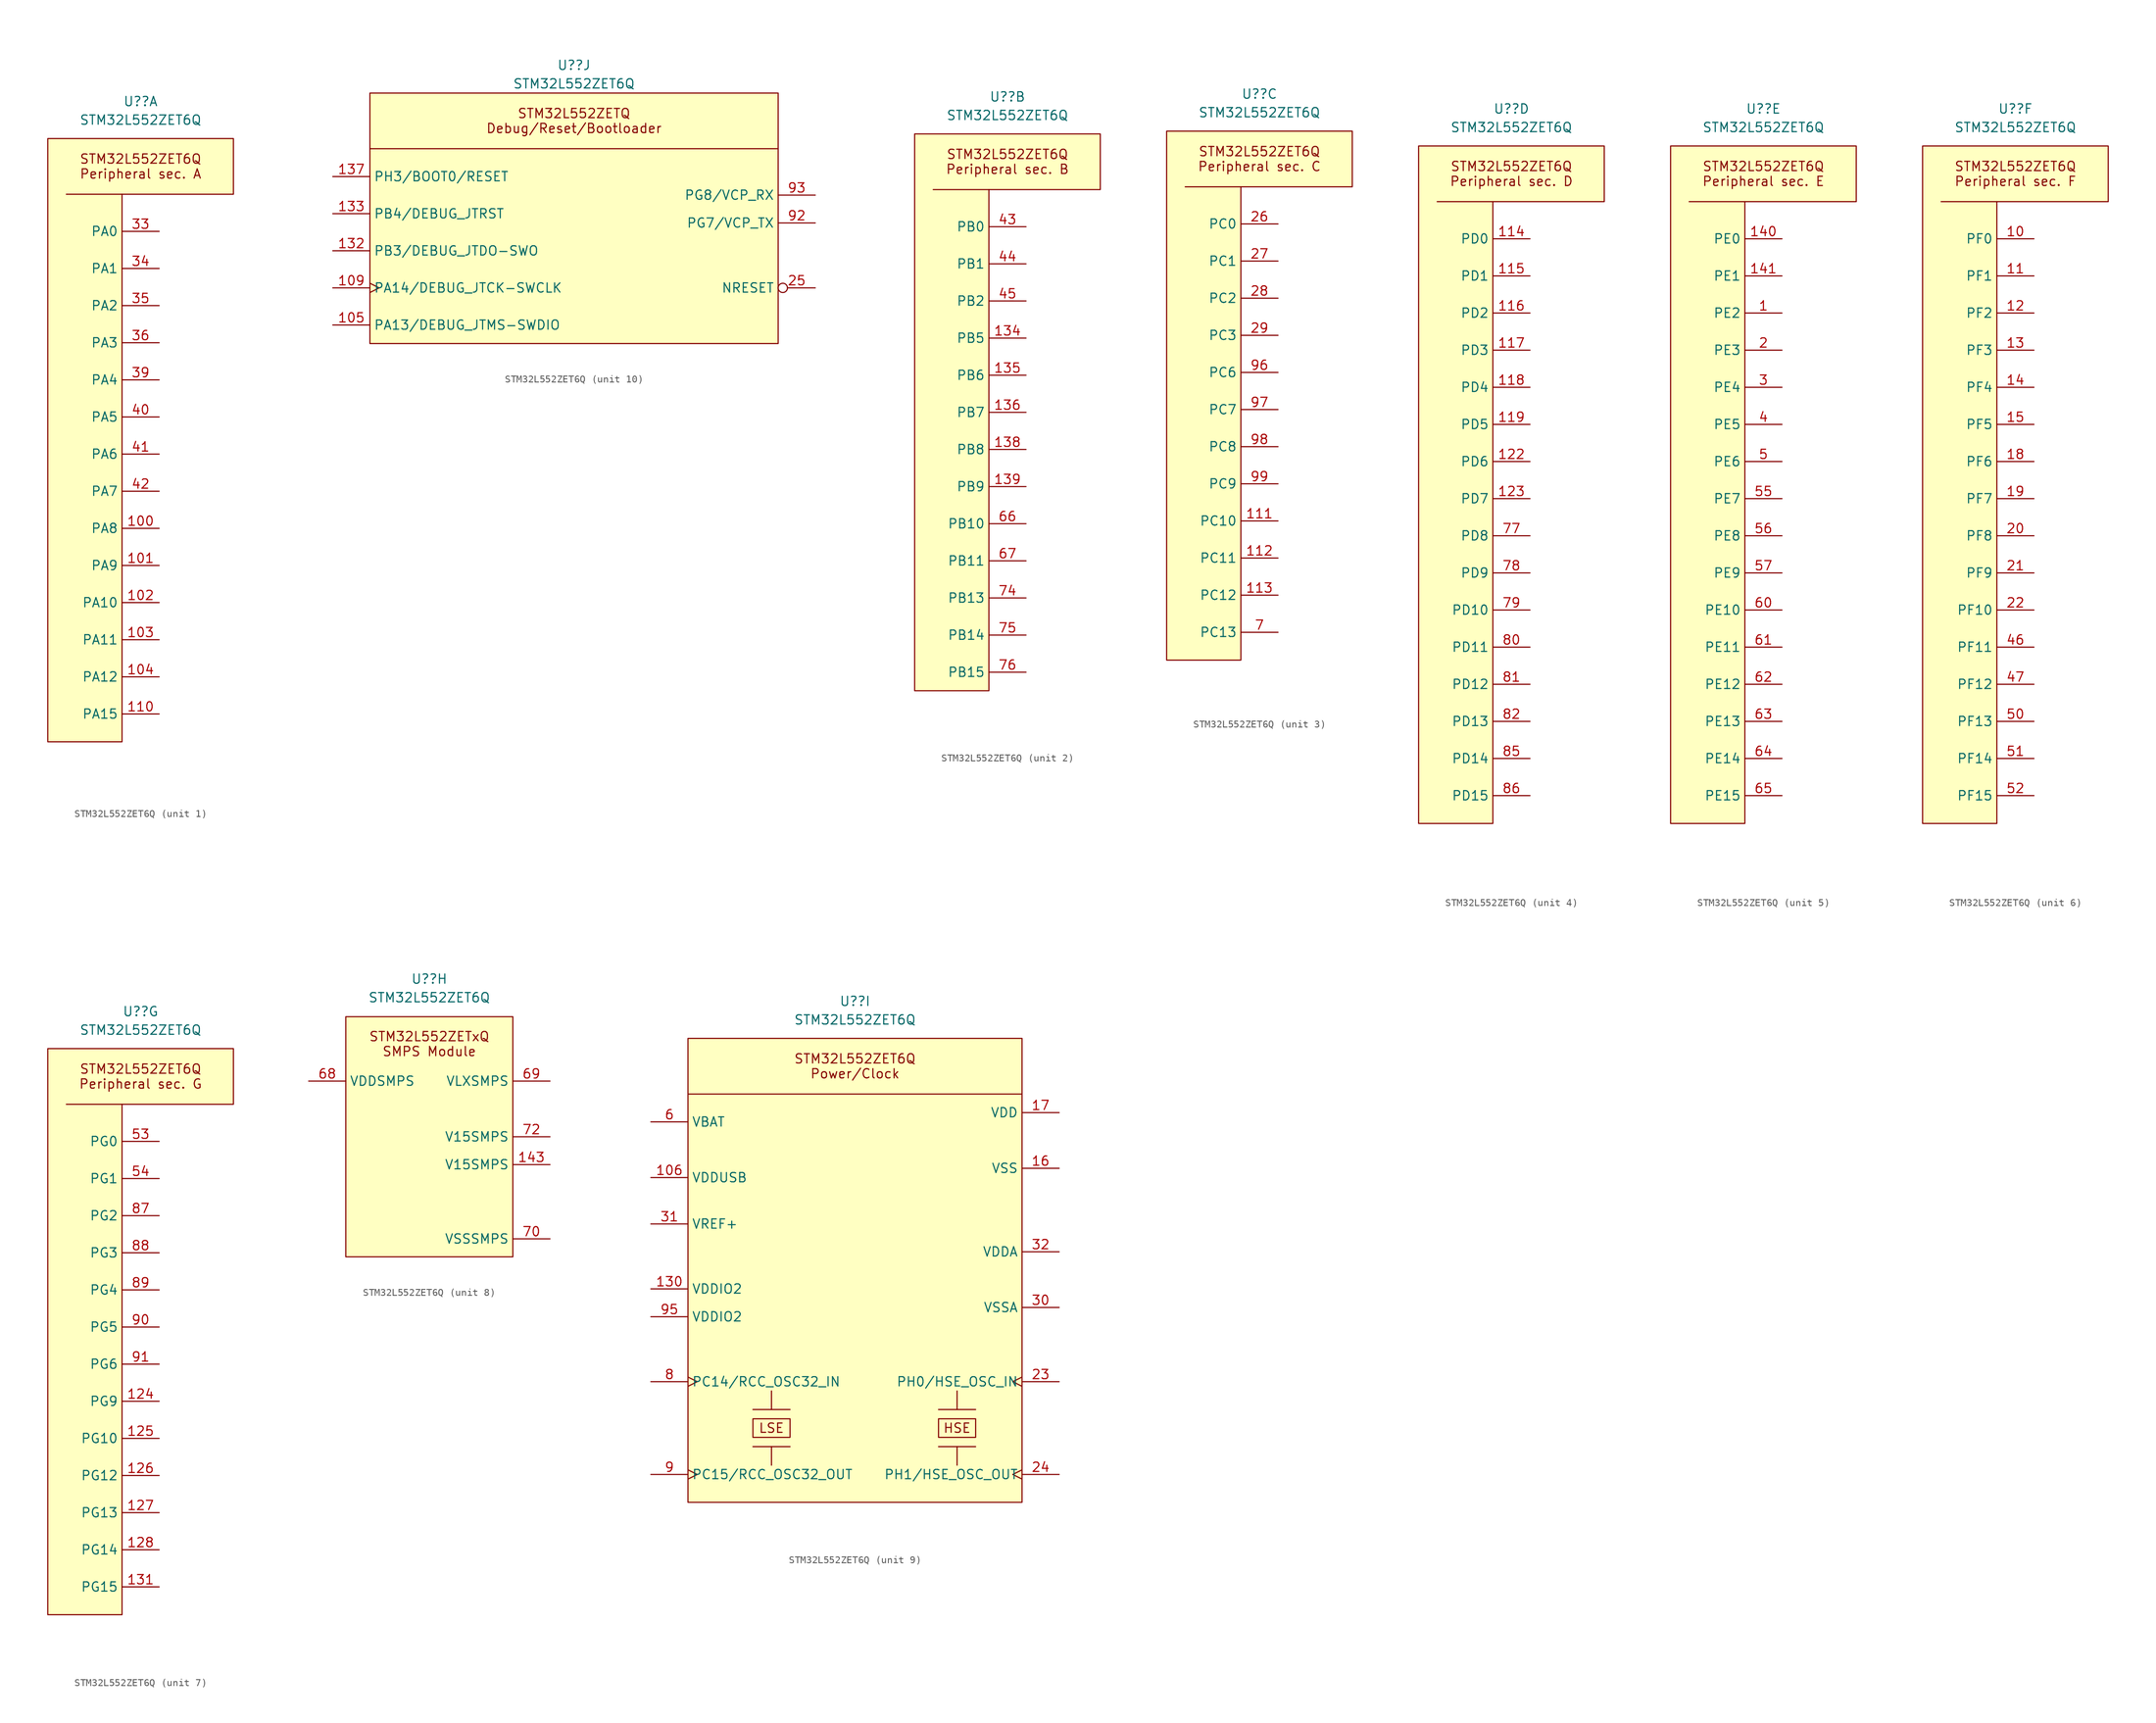
<source format=kicad_sym>
(kicad_symbol_lib
  (version 20241209)
  (generator "kicad_symbol_editor")
  (generator_version "9.0")
  (symbol "STM32L552ZET6Q"
    (property "Reference" "U?"
      (at 0 35.56 0)
      (effects (font (size 1.27 1.27))))
    (property "Value" "STM32L552ZET6Q"
      (at 0 33.02 0)
      (effects (font (size 1.27 1.27))))
    (property "ki_locked" ""
      (at 0 0 0)
      (effects (font (size 1.27 1.27))))
    (symbol "STM32L552ZET6Q_1_1"
      (polyline (pts (xy -2.54 22.86) (xy -10.16 22.86)) (stroke (width 0) (type default)) (fill (type none)))
      (polyline (pts (xy 12.7 30.48) (xy -12.7 30.48) (xy -12.7 -52.07) (xy -2.54 -52.07) (xy -2.54 22.86) (xy 12.7 22.86) (xy 12.7 30.48) (xy 11.43 30.48)) (stroke (width 0) (type solid)) (fill (type background)))
      (text "STM32L552ZET6Q\nPeripheral sec. A" (at 0 26.67 0) (effects (font (size 1.27 1.27))))
      (pin bidirectional line (at 2.54 17.78 180) (length 5.08) (name "PA0" (effects (font (size 1.27 1.27)))) (number "33" (effects (font (size 1.27 1.27)))) (alternate "ADC1_IN5" bidirectional line) (alternate "ADC2_IN5" bidirectional line) (alternate "OPAMP1_VINP" bidirectional line) (alternate "PWR_WKUP1" bidirectional line) (alternate "SAI1_EXTCLK" bidirectional line) (alternate "TAMP_IN2" bidirectional line) (alternate "TAMP_OUT1" bidirectional line) (alternate "TIM2_CH1" bidirectional line) (alternate "TIM2_ETR" bidirectional line) (alternate "TIM5_CH1" bidirectional line) (alternate "TIM8_ETR" bidirectional line) (alternate "UART4_TX" bidirectional line) (alternate "USART2_CTS" bidirectional line) (alternate "USART2_NSS" bidirectional line))
      (pin bidirectional line (at 2.54 12.7 180) (length 5.08) (name "PA1" (effects (font (size 1.27 1.27)))) (number "34" (effects (font (size 1.27 1.27)))) (alternate "ADC1_IN6" bidirectional line) (alternate "ADC2_IN6" bidirectional line) (alternate "I2C1_SMBA" bidirectional line) (alternate "OCTOSPI1_DQS" bidirectional line) (alternate "OPAMP1_VINM" bidirectional line) (alternate "SPI1_SCK" bidirectional line) (alternate "TAMP_IN5" bidirectional line) (alternate "TAMP_OUT4" bidirectional line) (alternate "TIM15_CH1N" bidirectional line) (alternate "TIM2_CH2" bidirectional line) (alternate "TIM5_CH2" bidirectional line) (alternate "UART4_RX" bidirectional line) (alternate "USART2_DE" bidirectional line) (alternate "USART2_RTS" bidirectional line))
      (pin bidirectional line (at 2.54 7.62 180) (length 5.08) (name "PA2" (effects (font (size 1.27 1.27)))) (number "35" (effects (font (size 1.27 1.27)))) (alternate "ADC1_IN7" bidirectional line) (alternate "ADC2_IN7" bidirectional line) (alternate "COMP1_INP" bidirectional line) (alternate "LPUART1_TX" bidirectional line) (alternate "OCTOSPI1_NCS" bidirectional line) (alternate "PWR_WKUP4" bidirectional line) (alternate "RCC_LSCO" bidirectional line) (alternate "SAI2_EXTCLK" bidirectional line) (alternate "TIM15_CH1" bidirectional line) (alternate "TIM2_CH3" bidirectional line) (alternate "TIM5_CH3" bidirectional line) (alternate "UCPD1_FRSTX1" bidirectional line) (alternate "USART2_TX" bidirectional line))
      (pin bidirectional line (at 2.54 2.54 180) (length 5.08) (name "PA3" (effects (font (size 1.27 1.27)))) (number "36" (effects (font (size 1.27 1.27)))) (alternate "ADC1_IN8" bidirectional line) (alternate "ADC2_IN8" bidirectional line) (alternate "LPUART1_RX" bidirectional line) (alternate "OCTOSPI1_CLK" bidirectional line) (alternate "OPAMP1_VOUT" bidirectional line) (alternate "SAI1_CK1" bidirectional line) (alternate "SAI1_MCLK_A" bidirectional line) (alternate "TIM15_CH2" bidirectional line) (alternate "TIM2_CH4" bidirectional line) (alternate "TIM5_CH4" bidirectional line) (alternate "USART2_RX" bidirectional line))
      (pin bidirectional line (at 2.54 -2.54 180) (length 5.08) (name "PA4" (effects (font (size 1.27 1.27)))) (number "39" (effects (font (size 1.27 1.27)))) (alternate "ADC1_IN9" bidirectional line) (alternate "ADC2_IN9" bidirectional line) (alternate "DAC1_OUT1" bidirectional line) (alternate "LPTIM2_OUT" bidirectional line) (alternate "OCTOSPI1_NCS" bidirectional line) (alternate "SAI1_FS_B" bidirectional line) (alternate "SPI1_NSS" bidirectional line) (alternate "SPI3_NSS" bidirectional line) (alternate "USART2_CK" bidirectional line))
      (pin bidirectional line (at 2.54 -7.62 180) (length 5.08) (name "PA5" (effects (font (size 1.27 1.27)))) (number "40" (effects (font (size 1.27 1.27)))) (alternate "ADC1_IN10" bidirectional line) (alternate "ADC2_IN10" bidirectional line) (alternate "DAC1_OUT2" bidirectional line) (alternate "LPTIM2_ETR" bidirectional line) (alternate "SPI1_SCK" bidirectional line) (alternate "TIM2_CH1" bidirectional line) (alternate "TIM2_ETR" bidirectional line) (alternate "TIM8_CH1N" bidirectional line))
      (pin bidirectional line (at 2.54 -12.7 180) (length 5.08) (name "PA6" (effects (font (size 1.27 1.27)))) (number "41" (effects (font (size 1.27 1.27)))) (alternate "ADC1_IN11" bidirectional line) (alternate "ADC2_IN11" bidirectional line) (alternate "LPUART1_CTS" bidirectional line) (alternate "OCTOSPI1_IO3" bidirectional line) (alternate "OPAMP2_VINP" bidirectional line) (alternate "SPI1_MISO" bidirectional line) (alternate "TIM16_CH1" bidirectional line) (alternate "TIM1_BKIN" bidirectional line) (alternate "TIM3_CH1" bidirectional line) (alternate "TIM8_BKIN" bidirectional line) (alternate "USART3_CTS" bidirectional line) (alternate "USART3_NSS" bidirectional line))
      (pin bidirectional line (at 2.54 -17.78 180) (length 5.08) (name "PA7" (effects (font (size 1.27 1.27)))) (number "42" (effects (font (size 1.27 1.27)))) (alternate "ADC1_IN12" bidirectional line) (alternate "ADC2_IN12" bidirectional line) (alternate "I2C3_SCL" bidirectional line) (alternate "OCTOSPI1_IO2" bidirectional line) (alternate "OPAMP2_VINM" bidirectional line) (alternate "SPI1_MOSI" bidirectional line) (alternate "TIM17_CH1" bidirectional line) (alternate "TIM1_CH1N" bidirectional line) (alternate "TIM3_CH2" bidirectional line) (alternate "TIM8_CH1N" bidirectional line))
      (pin bidirectional line (at 2.54 -22.86 180) (length 5.08) (name "PA8" (effects (font (size 1.27 1.27)))) (number "100" (effects (font (size 1.27 1.27)))) (alternate "LPTIM2_OUT" bidirectional line) (alternate "RCC_MCO" bidirectional line) (alternate "SAI1_CK2" bidirectional line) (alternate "SAI1_SCK_A" bidirectional line) (alternate "TIM1_CH1" bidirectional line) (alternate "USART1_CK" bidirectional line))
      (pin bidirectional line (at 2.54 -27.94 180) (length 5.08) (name "PA9" (effects (font (size 1.27 1.27)))) (number "101" (effects (font (size 1.27 1.27)))) (alternate "DAC1_EXTI9" bidirectional line) (alternate "SAI1_FS_A" bidirectional line) (alternate "SPI2_SCK" bidirectional line) (alternate "TIM15_BKIN" bidirectional line) (alternate "TIM1_CH2" bidirectional line) (alternate "USART1_TX" bidirectional line))
      (pin bidirectional line (at 2.54 -33.02 180) (length 5.08) (name "PA10" (effects (font (size 1.27 1.27)))) (number "102" (effects (font (size 1.27 1.27)))) (alternate "CRS_SYNC" bidirectional line) (alternate "SAI1_D1" bidirectional line) (alternate "SAI1_SD_A" bidirectional line) (alternate "TIM17_BKIN" bidirectional line) (alternate "TIM1_CH3" bidirectional line) (alternate "USART1_RX" bidirectional line))
      (pin bidirectional line (at 2.54 -38.1 180) (length 5.08) (name "PA11" (effects (font (size 1.27 1.27)))) (number "103" (effects (font (size 1.27 1.27)))) (alternate "ADC1_EXTI11" bidirectional line) (alternate "ADC2_EXTI11" bidirectional line) (alternate "FDCAN1_RX" bidirectional line) (alternate "SPI1_MISO" bidirectional line) (alternate "TIM1_BKIN2" bidirectional line) (alternate "TIM1_CH4" bidirectional line) (alternate "USART1_CTS" bidirectional line) (alternate "USART1_NSS" bidirectional line) (alternate "USB_DM" bidirectional line))
      (pin bidirectional line (at 2.54 -43.18 180) (length 5.08) (name "PA12" (effects (font (size 1.27 1.27)))) (number "104" (effects (font (size 1.27 1.27)))) (alternate "FDCAN1_TX" bidirectional line) (alternate "SPI1_MOSI" bidirectional line) (alternate "TIM1_ETR" bidirectional line) (alternate "USART1_DE" bidirectional line) (alternate "USART1_RTS" bidirectional line) (alternate "USB_DP" bidirectional line))
      (pin bidirectional line (at 2.54 -48.26 180) (length 5.08) (name "PA15" (effects (font (size 1.27 1.27)))) (number "110" (effects (font (size 1.27 1.27)))) (alternate "ADC1_EXTI15" bidirectional line) (alternate "ADC2_EXTI15" bidirectional line) (alternate "DEBUG_JTDI" bidirectional line) (alternate "SAI2_FS_B" bidirectional line) (alternate "SPI1_NSS" bidirectional line) (alternate "SPI3_NSS" bidirectional line) (alternate "TIM2_CH1" bidirectional line) (alternate "TIM2_ETR" bidirectional line) (alternate "UART4_DE" bidirectional line) (alternate "UART4_RTS" bidirectional line) (alternate "UCPD1_CC1" bidirectional line) (alternate "USART2_RX" bidirectional line) (alternate "USART3_DE" bidirectional line) (alternate "USART3_RTS" bidirectional line)))
    (symbol "STM32L552ZET6Q_2_1"
      (polyline (pts (xy -2.54 22.86) (xy -10.16 22.86)) (stroke (width 0) (type default)) (fill (type none)))
      (polyline (pts (xy 12.7 30.48) (xy -12.7 30.48) (xy -12.7 -45.72) (xy -2.54 -45.72) (xy -2.54 22.86) (xy 12.7 22.86) (xy 12.7 30.48) (xy 11.43 30.48)) (stroke (width 0) (type solid)) (fill (type background)))
      (text "STM32L552ZET6Q\nPeripheral sec. B" (at 0 26.67 0) (effects (font (size 1.27 1.27))))
      (pin bidirectional line (at 2.54 17.78 180) (length 5.08) (name "PB0" (effects (font (size 1.27 1.27)))) (number "43" (effects (font (size 1.27 1.27)))) (alternate "ADC1_IN15" bidirectional line) (alternate "ADC2_IN15" bidirectional line) (alternate "COMP1_OUT" bidirectional line) (alternate "OCTOSPI1_IO1" bidirectional line) (alternate "OPAMP2_VOUT" bidirectional line) (alternate "SAI1_EXTCLK" bidirectional line) (alternate "SPI1_NSS" bidirectional line) (alternate "TIM1_CH2N" bidirectional line) (alternate "TIM3_CH3" bidirectional line) (alternate "TIM8_CH2N" bidirectional line) (alternate "USART3_CK" bidirectional line))
      (pin bidirectional line (at 2.54 12.7 180) (length 5.08) (name "PB1" (effects (font (size 1.27 1.27)))) (number "44" (effects (font (size 1.27 1.27)))) (alternate "ADC1_IN16" bidirectional line) (alternate "ADC2_IN16" bidirectional line) (alternate "COMP1_INM" bidirectional line) (alternate "DFSDM1_DATIN0" bidirectional line) (alternate "LPTIM2_IN1" bidirectional line) (alternate "LPUART1_DE" bidirectional line) (alternate "LPUART1_RTS" bidirectional line) (alternate "OCTOSPI1_IO0" bidirectional line) (alternate "TIM1_CH3N" bidirectional line) (alternate "TIM3_CH4" bidirectional line) (alternate "TIM8_CH3N" bidirectional line) (alternate "USART3_DE" bidirectional line) (alternate "USART3_RTS" bidirectional line))
      (pin bidirectional line (at 2.54 7.62 180) (length 5.08) (name "PB2" (effects (font (size 1.27 1.27)))) (number "45" (effects (font (size 1.27 1.27)))) (alternate "COMP1_INP" bidirectional line) (alternate "DFSDM1_CKIN0" bidirectional line) (alternate "I2C3_SMBA" bidirectional line) (alternate "LPTIM1_OUT" bidirectional line) (alternate "OCTOSPI1_DQS" bidirectional line) (alternate "RTC_OUT2" bidirectional line) (alternate "UCPD1_FRSTX1" bidirectional line))
      (pin bidirectional line (at 2.54 2.54 180) (length 5.08) (name "PB5" (effects (font (size 1.27 1.27)))) (number "134" (effects (font (size 1.27 1.27)))) (alternate "COMP2_OUT" bidirectional line) (alternate "I2C1_SMBA" bidirectional line) (alternate "LPTIM1_IN1" bidirectional line) (alternate "OCTOSPI1_NCLK" bidirectional line) (alternate "SAI1_SD_B" bidirectional line) (alternate "SPI1_MOSI" bidirectional line) (alternate "SPI3_MOSI" bidirectional line) (alternate "TIM16_BKIN" bidirectional line) (alternate "TIM3_CH2" bidirectional line) (alternate "TSC_G2_IO2" bidirectional line) (alternate "UART5_CTS" bidirectional line) (alternate "UCPD1_DBCC1" bidirectional line) (alternate "USART1_CK" bidirectional line))
      (pin bidirectional line (at 2.54 -2.54 180) (length 5.08) (name "PB6" (effects (font (size 1.27 1.27)))) (number "135" (effects (font (size 1.27 1.27)))) (alternate "COMP2_INP" bidirectional line) (alternate "I2C1_SCL" bidirectional line) (alternate "I2C4_SCL" bidirectional line) (alternate "LPTIM1_ETR" bidirectional line) (alternate "SAI1_FS_B" bidirectional line) (alternate "TIM16_CH1N" bidirectional line) (alternate "TIM4_CH1" bidirectional line) (alternate "TIM8_BKIN2" bidirectional line) (alternate "TSC_G2_IO3" bidirectional line) (alternate "USART1_TX" bidirectional line))
      (pin bidirectional line (at 2.54 -7.62 180) (length 5.08) (name "PB7" (effects (font (size 1.27 1.27)))) (number "136" (effects (font (size 1.27 1.27)))) (alternate "COMP2_INM" bidirectional line) (alternate "FMC_NL" bidirectional line) (alternate "I2C1_SDA" bidirectional line) (alternate "I2C4_SDA" bidirectional line) (alternate "LPTIM1_IN2" bidirectional line) (alternate "PWR_PVD_IN" bidirectional line) (alternate "TIM17_CH1N" bidirectional line) (alternate "TIM4_CH2" bidirectional line) (alternate "TIM8_BKIN" bidirectional line) (alternate "TSC_G2_IO4" bidirectional line) (alternate "UART4_CTS" bidirectional line) (alternate "USART1_RX" bidirectional line))
      (pin bidirectional line (at 2.54 -12.7 180) (length 5.08) (name "PB8" (effects (font (size 1.27 1.27)))) (number "138" (effects (font (size 1.27 1.27)))) (alternate "DFSDM1_CKOUT" bidirectional line) (alternate "FDCAN1_RX" bidirectional line) (alternate "I2C1_SCL" bidirectional line) (alternate "SAI1_CK1" bidirectional line) (alternate "SAI1_MCLK_A" bidirectional line) (alternate "SDMMC1_CKIN" bidirectional line) (alternate "SDMMC1_D4" bidirectional line) (alternate "TIM16_CH1" bidirectional line) (alternate "TIM4_CH3" bidirectional line))
      (pin bidirectional line (at 2.54 -17.78 180) (length 5.08) (name "PB9" (effects (font (size 1.27 1.27)))) (number "139" (effects (font (size 1.27 1.27)))) (alternate "DAC1_EXTI9" bidirectional line) (alternate "FDCAN1_TX" bidirectional line) (alternate "I2C1_SDA" bidirectional line) (alternate "IR_OUT" bidirectional line) (alternate "SAI1_D2" bidirectional line) (alternate "SAI1_FS_A" bidirectional line) (alternate "SDMMC1_CDIR" bidirectional line) (alternate "SDMMC1_D5" bidirectional line) (alternate "SPI2_NSS" bidirectional line) (alternate "TIM17_CH1" bidirectional line) (alternate "TIM4_CH4" bidirectional line))
      (pin bidirectional line (at 2.54 -22.86 180) (length 5.08) (name "PB10" (effects (font (size 1.27 1.27)))) (number "66" (effects (font (size 1.27 1.27)))) (alternate "COMP1_OUT" bidirectional line) (alternate "I2C2_SCL" bidirectional line) (alternate "I2C4_SCL" bidirectional line) (alternate "LPTIM3_OUT" bidirectional line) (alternate "LPUART1_RX" bidirectional line) (alternate "OCTOSPI1_CLK" bidirectional line) (alternate "SAI1_SCK_A" bidirectional line) (alternate "SPI2_SCK" bidirectional line) (alternate "TIM2_CH3" bidirectional line) (alternate "TSC_SYNC" bidirectional line) (alternate "USART3_TX" bidirectional line))
      (pin bidirectional line (at 2.54 -27.94 180) (length 5.08) (name "PB11" (effects (font (size 1.27 1.27)))) (number "67" (effects (font (size 1.27 1.27)))) (alternate "ADC1_EXTI11" bidirectional line) (alternate "ADC2_EXTI11" bidirectional line) (alternate "COMP2_OUT" bidirectional line) (alternate "I2C2_SDA" bidirectional line) (alternate "I2C4_SDA" bidirectional line) (alternate "LPUART1_TX" bidirectional line) (alternate "OCTOSPI1_NCS" bidirectional line) (alternate "TIM2_CH4" bidirectional line) (alternate "USART3_RX" bidirectional line))
      (pin bidirectional line (at 2.54 -33.02 180) (length 5.08) (name "PB13" (effects (font (size 1.27 1.27)))) (number "74" (effects (font (size 1.27 1.27)))) (alternate "DFSDM1_CKIN1" bidirectional line) (alternate "I2C2_SCL" bidirectional line) (alternate "LPTIM3_IN1" bidirectional line) (alternate "LPUART1_CTS" bidirectional line) (alternate "SAI2_SCK_A" bidirectional line) (alternate "SPI2_SCK" bidirectional line) (alternate "TIM15_CH1N" bidirectional line) (alternate "TIM1_CH1N" bidirectional line) (alternate "TSC_G1_IO2" bidirectional line) (alternate "UCPD1_FRSTX2" bidirectional line) (alternate "USART3_CTS" bidirectional line) (alternate "USART3_NSS" bidirectional line))
      (pin bidirectional line (at 2.54 -38.1 180) (length 5.08) (name "PB14" (effects (font (size 1.27 1.27)))) (number "75" (effects (font (size 1.27 1.27)))) (alternate "DFSDM1_DATIN2" bidirectional line) (alternate "I2C2_SDA" bidirectional line) (alternate "LPTIM3_ETR" bidirectional line) (alternate "SAI2_MCLK_A" bidirectional line) (alternate "SPI2_MISO" bidirectional line) (alternate "TIM15_CH1" bidirectional line) (alternate "TIM1_CH2N" bidirectional line) (alternate "TIM8_CH2N" bidirectional line) (alternate "TSC_G1_IO3" bidirectional line) (alternate "UCPD1_DBCC2" bidirectional line) (alternate "USART3_DE" bidirectional line) (alternate "USART3_RTS" bidirectional line))
      (pin bidirectional line (at 2.54 -43.18 180) (length 5.08) (name "PB15" (effects (font (size 1.27 1.27)))) (number "76" (effects (font (size 1.27 1.27)))) (alternate "ADC1_EXTI15" bidirectional line) (alternate "ADC2_EXTI15" bidirectional line) (alternate "DFSDM1_CKIN2" bidirectional line) (alternate "RTC_REFIN" bidirectional line) (alternate "SAI2_SD_A" bidirectional line) (alternate "SPI2_MOSI" bidirectional line) (alternate "TIM15_CH2" bidirectional line) (alternate "TIM1_CH3N" bidirectional line) (alternate "TIM8_CH3N" bidirectional line) (alternate "UCPD1_CC2" bidirectional line)))
    (symbol "STM32L552ZET6Q_3_1"
      (polyline (pts (xy -2.54 22.86) (xy -10.16 22.86)) (stroke (width 0) (type default)) (fill (type none)))
      (polyline (pts (xy 12.7 30.48) (xy -12.7 30.48) (xy -12.7 -41.91) (xy -2.54 -41.91) (xy -2.54 22.86) (xy 12.7 22.86) (xy 12.7 30.48) (xy 11.43 30.48)) (stroke (width 0) (type solid)) (fill (type background)))
      (text "STM32L552ZET6Q\nPeripheral sec. C" (at 0 26.67 0) (effects (font (size 1.27 1.27))))
      (pin bidirectional line (at 2.54 17.78 180) (length 5.08) (name "PC0" (effects (font (size 1.27 1.27)))) (number "26" (effects (font (size 1.27 1.27)))) (alternate "ADC1_IN1" bidirectional line) (alternate "ADC2_IN1" bidirectional line) (alternate "I2C3_SCL" bidirectional line) (alternate "LPTIM1_IN1" bidirectional line) (alternate "LPTIM2_IN1" bidirectional line) (alternate "LPUART1_RX" bidirectional line) (alternate "OCTOSPI1_IO7" bidirectional line) (alternate "SAI2_FS_A" bidirectional line) (alternate "SDMMC1_D5" bidirectional line))
      (pin bidirectional line (at 2.54 12.7 180) (length 5.08) (name "PC1" (effects (font (size 1.27 1.27)))) (number "27" (effects (font (size 1.27 1.27)))) (alternate "ADC1_IN2" bidirectional line) (alternate "ADC2_IN2" bidirectional line) (alternate "DEBUG_TRACED0" bidirectional line) (alternate "I2C3_SDA" bidirectional line) (alternate "LPTIM1_OUT" bidirectional line) (alternate "LPUART1_TX" bidirectional line) (alternate "OCTOSPI1_IO4" bidirectional line) (alternate "SAI1_SD_A" bidirectional line) (alternate "SPI2_MOSI" bidirectional line))
      (pin bidirectional line (at 2.54 7.62 180) (length 5.08) (name "PC2" (effects (font (size 1.27 1.27)))) (number "28" (effects (font (size 1.27 1.27)))) (alternate "ADC1_IN3" bidirectional line) (alternate "ADC2_IN3" bidirectional line) (alternate "DFSDM1_CKOUT" bidirectional line) (alternate "LPTIM1_IN2" bidirectional line) (alternate "OCTOSPI1_IO5" bidirectional line) (alternate "SPI2_MISO" bidirectional line))
      (pin bidirectional line (at 2.54 2.54 180) (length 5.08) (name "PC3" (effects (font (size 1.27 1.27)))) (number "29" (effects (font (size 1.27 1.27)))) (alternate "ADC1_IN4" bidirectional line) (alternate "ADC2_IN4" bidirectional line) (alternate "LPTIM1_ETR" bidirectional line) (alternate "LPTIM2_ETR" bidirectional line) (alternate "LPTIM3_OUT" bidirectional line) (alternate "OCTOSPI1_IO6" bidirectional line) (alternate "SAI1_D1" bidirectional line) (alternate "SAI1_SD_A" bidirectional line) (alternate "SPI2_MOSI" bidirectional line))
      (pin bidirectional line (at 2.54 -2.54 180) (length 5.08) (name "PC6" (effects (font (size 1.27 1.27)))) (number "96" (effects (font (size 1.27 1.27)))) (alternate "DFSDM1_CKIN3" bidirectional line) (alternate "SAI2_MCLK_A" bidirectional line) (alternate "SDMMC1_D0DIR" bidirectional line) (alternate "SDMMC1_D6" bidirectional line) (alternate "TIM3_CH1" bidirectional line) (alternate "TIM8_CH1" bidirectional line) (alternate "TSC_G4_IO1" bidirectional line))
      (pin bidirectional line (at 2.54 -7.62 180) (length 5.08) (name "PC7" (effects (font (size 1.27 1.27)))) (number "97" (effects (font (size 1.27 1.27)))) (alternate "DFSDM1_DATIN3" bidirectional line) (alternate "SAI2_MCLK_B" bidirectional line) (alternate "SDMMC1_D123DIR" bidirectional line) (alternate "SDMMC1_D7" bidirectional line) (alternate "TIM3_CH2" bidirectional line) (alternate "TIM8_CH2" bidirectional line) (alternate "TSC_G4_IO2" bidirectional line))
      (pin bidirectional line (at 2.54 -12.7 180) (length 5.08) (name "PC8" (effects (font (size 1.27 1.27)))) (number "98" (effects (font (size 1.27 1.27)))) (alternate "SDMMC1_D0" bidirectional line) (alternate "TIM3_CH3" bidirectional line) (alternate "TIM8_CH3" bidirectional line) (alternate "TSC_G4_IO3" bidirectional line))
      (pin bidirectional line (at 2.54 -17.78 180) (length 5.08) (name "PC9" (effects (font (size 1.27 1.27)))) (number "99" (effects (font (size 1.27 1.27)))) (alternate "DAC1_EXTI9" bidirectional line) (alternate "DEBUG_TRACED0" bidirectional line) (alternate "SAI2_EXTCLK" bidirectional line) (alternate "SDMMC1_D1" bidirectional line) (alternate "TIM3_CH4" bidirectional line) (alternate "TIM8_BKIN2" bidirectional line) (alternate "TIM8_CH4" bidirectional line) (alternate "TSC_G4_IO4" bidirectional line) (alternate "USB_NOE" bidirectional line))
      (pin bidirectional line (at 2.54 -22.86 180) (length 5.08) (name "PC10" (effects (font (size 1.27 1.27)))) (number "111" (effects (font (size 1.27 1.27)))) (alternate "DEBUG_TRACED1" bidirectional line) (alternate "LPTIM3_ETR" bidirectional line) (alternate "SAI2_SCK_B" bidirectional line) (alternate "SDMMC1_D2" bidirectional line) (alternate "SPI3_SCK" bidirectional line) (alternate "TSC_G3_IO2" bidirectional line) (alternate "UART4_TX" bidirectional line) (alternate "USART3_TX" bidirectional line))
      (pin bidirectional line (at 2.54 -27.94 180) (length 5.08) (name "PC11" (effects (font (size 1.27 1.27)))) (number "112" (effects (font (size 1.27 1.27)))) (alternate "ADC1_EXTI11" bidirectional line) (alternate "ADC2_EXTI11" bidirectional line) (alternate "LPTIM3_IN1" bidirectional line) (alternate "OCTOSPI1_NCS" bidirectional line) (alternate "SAI2_MCLK_B" bidirectional line) (alternate "SDMMC1_D3" bidirectional line) (alternate "SPI3_MISO" bidirectional line) (alternate "TSC_G3_IO3" bidirectional line) (alternate "UART4_RX" bidirectional line) (alternate "UCPD1_FRSTX2" bidirectional line) (alternate "USART3_RX" bidirectional line))
      (pin bidirectional line (at 2.54 -33.02 180) (length 5.08) (name "PC12" (effects (font (size 1.27 1.27)))) (number "113" (effects (font (size 1.27 1.27)))) (alternate "DEBUG_TRACED3" bidirectional line) (alternate "SAI2_SD_B" bidirectional line) (alternate "SDMMC1_CK" bidirectional line) (alternate "SPI3_MOSI" bidirectional line) (alternate "TSC_G3_IO4" bidirectional line) (alternate "UART5_TX" bidirectional line) (alternate "USART3_CK" bidirectional line))
      (pin bidirectional line (at 2.54 -38.1 180) (length 5.08) (name "PC13" (effects (font (size 1.27 1.27)))) (number "7" (effects (font (size 1.27 1.27)))) (alternate "PWR_WKUP2" bidirectional line) (alternate "RTC_OUT1" bidirectional line) (alternate "RTC_TS" bidirectional line) (alternate "TAMP_IN1" bidirectional line) (alternate "TAMP_OUT2" bidirectional line)))
    (symbol "STM32L552ZET6Q_4_1"
      (polyline (pts (xy -2.54 22.86) (xy -10.16 22.86)) (stroke (width 0) (type default)) (fill (type none)))
      (polyline (pts (xy 12.7 30.48) (xy -12.7 30.48) (xy -12.7 -62.23) (xy -2.54 -62.23) (xy -2.54 22.86) (xy 12.7 22.86) (xy 12.7 30.48) (xy 11.43 30.48)) (stroke (width 0) (type solid)) (fill (type background)))
      (text "STM32L552ZET6Q\nPeripheral sec. D" (at 0 26.67 0) (effects (font (size 1.27 1.27))))
      (pin bidirectional line (at 2.54 17.78 180) (length 5.08) (name "PD0" (effects (font (size 1.27 1.27)))) (number "114" (effects (font (size 1.27 1.27)))) (alternate "FDCAN1_RX" bidirectional line) (alternate "FMC_D2" bidirectional line) (alternate "FMC_DA2" bidirectional line) (alternate "SPI2_NSS" bidirectional line))
      (pin bidirectional line (at 2.54 12.7 180) (length 5.08) (name "PD1" (effects (font (size 1.27 1.27)))) (number "115" (effects (font (size 1.27 1.27)))) (alternate "FDCAN1_TX" bidirectional line) (alternate "FMC_D3" bidirectional line) (alternate "FMC_DA3" bidirectional line) (alternate "SPI2_SCK" bidirectional line))
      (pin bidirectional line (at 2.54 7.62 180) (length 5.08) (name "PD2" (effects (font (size 1.27 1.27)))) (number "116" (effects (font (size 1.27 1.27)))) (alternate "DEBUG_TRACED2" bidirectional line) (alternate "SDMMC1_CMD" bidirectional line) (alternate "TIM3_ETR" bidirectional line) (alternate "TSC_SYNC" bidirectional line) (alternate "UART5_RX" bidirectional line) (alternate "USART3_DE" bidirectional line) (alternate "USART3_RTS" bidirectional line))
      (pin bidirectional line (at 2.54 2.54 180) (length 5.08) (name "PD3" (effects (font (size 1.27 1.27)))) (number "117" (effects (font (size 1.27 1.27)))) (alternate "DFSDM1_DATIN0" bidirectional line) (alternate "FMC_CLK" bidirectional line) (alternate "SPI2_MISO" bidirectional line) (alternate "SPI2_SCK" bidirectional line) (alternate "USART2_CTS" bidirectional line) (alternate "USART2_NSS" bidirectional line))
      (pin bidirectional line (at 2.54 -2.54 180) (length 5.08) (name "PD4" (effects (font (size 1.27 1.27)))) (number "118" (effects (font (size 1.27 1.27)))) (alternate "DFSDM1_CKIN0" bidirectional line) (alternate "FMC_NOE" bidirectional line) (alternate "OCTOSPI1_IO4" bidirectional line) (alternate "SPI2_MOSI" bidirectional line) (alternate "USART2_DE" bidirectional line) (alternate "USART2_RTS" bidirectional line))
      (pin bidirectional line (at 2.54 -7.62 180) (length 5.08) (name "PD5" (effects (font (size 1.27 1.27)))) (number "119" (effects (font (size 1.27 1.27)))) (alternate "FMC_NWE" bidirectional line) (alternate "OCTOSPI1_IO5" bidirectional line) (alternate "USART2_TX" bidirectional line))
      (pin bidirectional line (at 2.54 -12.7 180) (length 5.08) (name "PD6" (effects (font (size 1.27 1.27)))) (number "122" (effects (font (size 1.27 1.27)))) (alternate "DFSDM1_DATIN1" bidirectional line) (alternate "FMC_NWAIT" bidirectional line) (alternate "OCTOSPI1_IO6" bidirectional line) (alternate "SAI1_D1" bidirectional line) (alternate "SAI1_SD_A" bidirectional line) (alternate "SPI3_MOSI" bidirectional line) (alternate "USART2_RX" bidirectional line))
      (pin bidirectional line (at 2.54 -17.78 180) (length 5.08) (name "PD7" (effects (font (size 1.27 1.27)))) (number "123" (effects (font (size 1.27 1.27)))) (alternate "DFSDM1_CKIN1" bidirectional line) (alternate "FMC_NCE" bidirectional line) (alternate "FMC_NE1" bidirectional line) (alternate "OCTOSPI1_IO7" bidirectional line) (alternate "USART2_CK" bidirectional line))
      (pin bidirectional line (at 2.54 -22.86 180) (length 5.08) (name "PD8" (effects (font (size 1.27 1.27)))) (number "77" (effects (font (size 1.27 1.27)))) (alternate "FMC_D13" bidirectional line) (alternate "FMC_DA13" bidirectional line) (alternate "USART3_TX" bidirectional line))
      (pin bidirectional line (at 2.54 -27.94 180) (length 5.08) (name "PD9" (effects (font (size 1.27 1.27)))) (number "78" (effects (font (size 1.27 1.27)))) (alternate "DAC1_EXTI9" bidirectional line) (alternate "FMC_D14" bidirectional line) (alternate "FMC_DA14" bidirectional line) (alternate "SAI2_MCLK_A" bidirectional line) (alternate "USART3_RX" bidirectional line))
      (pin bidirectional line (at 2.54 -33.02 180) (length 5.08) (name "PD10" (effects (font (size 1.27 1.27)))) (number "79" (effects (font (size 1.27 1.27)))) (alternate "FMC_D15" bidirectional line) (alternate "FMC_DA15" bidirectional line) (alternate "SAI2_SCK_A" bidirectional line) (alternate "TSC_G6_IO1" bidirectional line) (alternate "USART3_CK" bidirectional line))
      (pin bidirectional line (at 2.54 -38.1 180) (length 5.08) (name "PD11" (effects (font (size 1.27 1.27)))) (number "80" (effects (font (size 1.27 1.27)))) (alternate "ADC1_EXTI11" bidirectional line) (alternate "ADC2_EXTI11" bidirectional line) (alternate "FMC_A16" bidirectional line) (alternate "FMC_CLE" bidirectional line) (alternate "I2C4_SMBA" bidirectional line) (alternate "LPTIM2_ETR" bidirectional line) (alternate "SAI2_SD_A" bidirectional line) (alternate "TSC_G6_IO2" bidirectional line) (alternate "USART3_CTS" bidirectional line) (alternate "USART3_NSS" bidirectional line))
      (pin bidirectional line (at 2.54 -43.18 180) (length 5.08) (name "PD12" (effects (font (size 1.27 1.27)))) (number "81" (effects (font (size 1.27 1.27)))) (alternate "FMC_A17" bidirectional line) (alternate "FMC_ALE" bidirectional line) (alternate "I2C4_SCL" bidirectional line) (alternate "LPTIM2_IN1" bidirectional line) (alternate "SAI2_FS_A" bidirectional line) (alternate "TIM4_CH1" bidirectional line) (alternate "TSC_G6_IO3" bidirectional line) (alternate "USART3_DE" bidirectional line) (alternate "USART3_RTS" bidirectional line))
      (pin bidirectional line (at 2.54 -48.26 180) (length 5.08) (name "PD13" (effects (font (size 1.27 1.27)))) (number "82" (effects (font (size 1.27 1.27)))) (alternate "FMC_A18" bidirectional line) (alternate "I2C4_SDA" bidirectional line) (alternate "LPTIM2_OUT" bidirectional line) (alternate "TIM4_CH2" bidirectional line) (alternate "TSC_G6_IO4" bidirectional line))
      (pin bidirectional line (at 2.54 -53.34 180) (length 5.08) (name "PD14" (effects (font (size 1.27 1.27)))) (number "85" (effects (font (size 1.27 1.27)))) (alternate "FMC_D0" bidirectional line) (alternate "FMC_DA0" bidirectional line) (alternate "TIM4_CH3" bidirectional line))
      (pin bidirectional line (at 2.54 -58.42 180) (length 5.08) (name "PD15" (effects (font (size 1.27 1.27)))) (number "86" (effects (font (size 1.27 1.27)))) (alternate "ADC1_EXTI15" bidirectional line) (alternate "ADC2_EXTI15" bidirectional line) (alternate "FMC_D1" bidirectional line) (alternate "FMC_DA1" bidirectional line) (alternate "TIM4_CH4" bidirectional line)))
    (symbol "STM32L552ZET6Q_5_1"
      (polyline (pts (xy -2.54 22.86) (xy -10.16 22.86)) (stroke (width 0) (type default)) (fill (type none)))
      (polyline (pts (xy 12.7 30.48) (xy -12.7 30.48) (xy -12.7 -62.23) (xy -2.54 -62.23) (xy -2.54 22.86) (xy 12.7 22.86) (xy 12.7 30.48) (xy 11.43 30.48)) (stroke (width 0) (type solid)) (fill (type background)))
      (text "STM32L552ZET6Q\nPeripheral sec. E" (at 0 26.67 0) (effects (font (size 1.27 1.27))))
      (pin bidirectional line (at 2.54 17.78 180) (length 5.08) (name "PE0" (effects (font (size 1.27 1.27)))) (number "140" (effects (font (size 1.27 1.27)))) (alternate "FMC_NBL0" bidirectional line) (alternate "TIM16_CH1" bidirectional line) (alternate "TIM4_ETR" bidirectional line))
      (pin bidirectional line (at 2.54 12.7 180) (length 5.08) (name "PE1" (effects (font (size 1.27 1.27)))) (number "141" (effects (font (size 1.27 1.27)))) (alternate "FMC_NBL1" bidirectional line) (alternate "TIM17_CH1" bidirectional line))
      (pin bidirectional line (at 2.54 7.62 180) (length 5.08) (name "PE2" (effects (font (size 1.27 1.27)))) (number "1" (effects (font (size 1.27 1.27)))) (alternate "DEBUG_TRACECLK" bidirectional line) (alternate "FMC_A23" bidirectional line) (alternate "SAI1_CK1" bidirectional line) (alternate "SAI1_MCLK_A" bidirectional line) (alternate "TIM3_ETR" bidirectional line) (alternate "TSC_G7_IO1" bidirectional line))
      (pin bidirectional line (at 2.54 2.54 180) (length 5.08) (name "PE3" (effects (font (size 1.27 1.27)))) (number "2" (effects (font (size 1.27 1.27)))) (alternate "DEBUG_TRACED0" bidirectional line) (alternate "FMC_A19" bidirectional line) (alternate "OCTOSPI1_DQS" bidirectional line) (alternate "SAI1_SD_B" bidirectional line) (alternate "TIM3_CH1" bidirectional line) (alternate "TSC_G7_IO2" bidirectional line))
      (pin bidirectional line (at 2.54 -2.54 180) (length 5.08) (name "PE4" (effects (font (size 1.27 1.27)))) (number "3" (effects (font (size 1.27 1.27)))) (alternate "DEBUG_TRACED1" bidirectional line) (alternate "DFSDM1_DATIN3" bidirectional line) (alternate "FMC_A20" bidirectional line) (alternate "SAI1_D2" bidirectional line) (alternate "SAI1_FS_A" bidirectional line) (alternate "TIM3_CH2" bidirectional line) (alternate "TSC_G7_IO3" bidirectional line))
      (pin bidirectional line (at 2.54 -7.62 180) (length 5.08) (name "PE5" (effects (font (size 1.27 1.27)))) (number "4" (effects (font (size 1.27 1.27)))) (alternate "DEBUG_TRACED2" bidirectional line) (alternate "DFSDM1_CKIN3" bidirectional line) (alternate "FMC_A21" bidirectional line) (alternate "SAI1_CK2" bidirectional line) (alternate "SAI1_SCK_A" bidirectional line) (alternate "TIM3_CH3" bidirectional line) (alternate "TSC_G7_IO4" bidirectional line))
      (pin bidirectional line (at 2.54 -12.7 180) (length 5.08) (name "PE6" (effects (font (size 1.27 1.27)))) (number "5" (effects (font (size 1.27 1.27)))) (alternate "DEBUG_TRACED3" bidirectional line) (alternate "FMC_A22" bidirectional line) (alternate "PWR_WKUP3" bidirectional line) (alternate "SAI1_D1" bidirectional line) (alternate "SAI1_SD_A" bidirectional line) (alternate "TAMP_IN3" bidirectional line) (alternate "TAMP_OUT6" bidirectional line) (alternate "TIM3_CH4" bidirectional line))
      (pin bidirectional line (at 2.54 -17.78 180) (length 5.08) (name "PE7" (effects (font (size 1.27 1.27)))) (number "55" (effects (font (size 1.27 1.27)))) (alternate "DFSDM1_DATIN2" bidirectional line) (alternate "FMC_D4" bidirectional line) (alternate "FMC_DA4" bidirectional line) (alternate "SAI1_SD_B" bidirectional line) (alternate "TIM1_ETR" bidirectional line))
      (pin bidirectional line (at 2.54 -22.86 180) (length 5.08) (name "PE8" (effects (font (size 1.27 1.27)))) (number "56" (effects (font (size 1.27 1.27)))) (alternate "DFSDM1_CKIN2" bidirectional line) (alternate "FMC_D5" bidirectional line) (alternate "FMC_DA5" bidirectional line) (alternate "SAI1_SCK_B" bidirectional line) (alternate "TIM1_CH1N" bidirectional line))
      (pin bidirectional line (at 2.54 -27.94 180) (length 5.08) (name "PE9" (effects (font (size 1.27 1.27)))) (number "57" (effects (font (size 1.27 1.27)))) (alternate "DAC1_EXTI9" bidirectional line) (alternate "DFSDM1_CKOUT" bidirectional line) (alternate "FMC_D6" bidirectional line) (alternate "FMC_DA6" bidirectional line) (alternate "OCTOSPI1_NCLK" bidirectional line) (alternate "SAI1_FS_B" bidirectional line) (alternate "TIM1_CH1" bidirectional line))
      (pin bidirectional line (at 2.54 -33.02 180) (length 5.08) (name "PE10" (effects (font (size 1.27 1.27)))) (number "60" (effects (font (size 1.27 1.27)))) (alternate "FMC_D7" bidirectional line) (alternate "FMC_DA7" bidirectional line) (alternate "OCTOSPI1_CLK" bidirectional line) (alternate "SAI1_MCLK_B" bidirectional line) (alternate "TIM1_CH2N" bidirectional line) (alternate "TSC_G5_IO1" bidirectional line))
      (pin bidirectional line (at 2.54 -38.1 180) (length 5.08) (name "PE11" (effects (font (size 1.27 1.27)))) (number "61" (effects (font (size 1.27 1.27)))) (alternate "ADC1_EXTI11" bidirectional line) (alternate "ADC2_EXTI11" bidirectional line) (alternate "FMC_D8" bidirectional line) (alternate "FMC_DA8" bidirectional line) (alternate "OCTOSPI1_NCS" bidirectional line) (alternate "TIM1_CH2" bidirectional line) (alternate "TSC_G5_IO2" bidirectional line))
      (pin bidirectional line (at 2.54 -43.18 180) (length 5.08) (name "PE12" (effects (font (size 1.27 1.27)))) (number "62" (effects (font (size 1.27 1.27)))) (alternate "FMC_D9" bidirectional line) (alternate "FMC_DA9" bidirectional line) (alternate "OCTOSPI1_IO0" bidirectional line) (alternate "SPI1_NSS" bidirectional line) (alternate "TIM1_CH3N" bidirectional line) (alternate "TSC_G5_IO3" bidirectional line))
      (pin bidirectional line (at 2.54 -48.26 180) (length 5.08) (name "PE13" (effects (font (size 1.27 1.27)))) (number "63" (effects (font (size 1.27 1.27)))) (alternate "FMC_D10" bidirectional line) (alternate "FMC_DA10" bidirectional line) (alternate "OCTOSPI1_IO1" bidirectional line) (alternate "SPI1_SCK" bidirectional line) (alternate "TIM1_CH3" bidirectional line) (alternate "TSC_G5_IO4" bidirectional line))
      (pin bidirectional line (at 2.54 -53.34 180) (length 5.08) (name "PE14" (effects (font (size 1.27 1.27)))) (number "64" (effects (font (size 1.27 1.27)))) (alternate "FMC_D11" bidirectional line) (alternate "FMC_DA11" bidirectional line) (alternate "OCTOSPI1_IO2" bidirectional line) (alternate "SPI1_MISO" bidirectional line) (alternate "TIM1_BKIN2" bidirectional line) (alternate "TIM1_CH4" bidirectional line))
      (pin bidirectional line (at 2.54 -58.42 180) (length 5.08) (name "PE15" (effects (font (size 1.27 1.27)))) (number "65" (effects (font (size 1.27 1.27)))) (alternate "ADC1_EXTI15" bidirectional line) (alternate "ADC2_EXTI15" bidirectional line) (alternate "FMC_D12" bidirectional line) (alternate "FMC_DA12" bidirectional line) (alternate "OCTOSPI1_IO3" bidirectional line) (alternate "SPI1_MOSI" bidirectional line) (alternate "TIM1_BKIN" bidirectional line)))
    (symbol "STM32L552ZET6Q_6_1"
      (polyline (pts (xy -2.54 22.86) (xy -10.16 22.86)) (stroke (width 0) (type default)) (fill (type none)))
      (polyline (pts (xy 12.7 30.48) (xy -12.7 30.48) (xy -12.7 -62.23) (xy -2.54 -62.23) (xy -2.54 22.86) (xy 12.7 22.86) (xy 12.7 30.48) (xy 11.43 30.48)) (stroke (width 0) (type solid)) (fill (type background)))
      (text "STM32L552ZET6Q\nPeripheral sec. F" (at 0 26.67 0) (effects (font (size 1.27 1.27))))
      (pin bidirectional line (at 2.54 17.78 180) (length 5.08) (name "PF0" (effects (font (size 1.27 1.27)))) (number "10" (effects (font (size 1.27 1.27)))) (alternate "FMC_A0" bidirectional line) (alternate "I2C2_SDA" bidirectional line))
      (pin bidirectional line (at 2.54 12.7 180) (length 5.08) (name "PF1" (effects (font (size 1.27 1.27)))) (number "11" (effects (font (size 1.27 1.27)))) (alternate "FMC_A1" bidirectional line) (alternate "I2C2_SCL" bidirectional line))
      (pin bidirectional line (at 2.54 7.62 180) (length 5.08) (name "PF2" (effects (font (size 1.27 1.27)))) (number "12" (effects (font (size 1.27 1.27)))) (alternate "FMC_A2" bidirectional line) (alternate "I2C2_SMBA" bidirectional line))
      (pin bidirectional line (at 2.54 2.54 180) (length 5.08) (name "PF3" (effects (font (size 1.27 1.27)))) (number "13" (effects (font (size 1.27 1.27)))) (alternate "FMC_A3" bidirectional line) (alternate "LPTIM3_IN1" bidirectional line))
      (pin bidirectional line (at 2.54 -2.54 180) (length 5.08) (name "PF4" (effects (font (size 1.27 1.27)))) (number "14" (effects (font (size 1.27 1.27)))) (alternate "FMC_A4" bidirectional line) (alternate "LPTIM3_ETR" bidirectional line))
      (pin bidirectional line (at 2.54 -7.62 180) (length 5.08) (name "PF5" (effects (font (size 1.27 1.27)))) (number "15" (effects (font (size 1.27 1.27)))) (alternate "FMC_A5" bidirectional line) (alternate "LPTIM3_OUT" bidirectional line))
      (pin bidirectional line (at 2.54 -12.7 180) (length 5.08) (name "PF6" (effects (font (size 1.27 1.27)))) (number "18" (effects (font (size 1.27 1.27)))) (alternate "OCTOSPI1_IO3" bidirectional line) (alternate "SAI1_SD_B" bidirectional line) (alternate "TIM5_CH1" bidirectional line) (alternate "TIM5_ETR" bidirectional line))
      (pin bidirectional line (at 2.54 -17.78 180) (length 5.08) (name "PF7" (effects (font (size 1.27 1.27)))) (number "19" (effects (font (size 1.27 1.27)))) (alternate "OCTOSPI1_IO2" bidirectional line) (alternate "SAI1_MCLK_B" bidirectional line) (alternate "TAMP_IN6" bidirectional line) (alternate "TAMP_OUT3" bidirectional line) (alternate "TIM5_CH2" bidirectional line))
      (pin bidirectional line (at 2.54 -22.86 180) (length 5.08) (name "PF8" (effects (font (size 1.27 1.27)))) (number "20" (effects (font (size 1.27 1.27)))) (alternate "OCTOSPI1_IO0" bidirectional line) (alternate "SAI1_SCK_B" bidirectional line) (alternate "TAMP_IN7" bidirectional line) (alternate "TAMP_OUT8" bidirectional line) (alternate "TIM5_CH3" bidirectional line))
      (pin bidirectional line (at 2.54 -27.94 180) (length 5.08) (name "PF9" (effects (font (size 1.27 1.27)))) (number "21" (effects (font (size 1.27 1.27)))) (alternate "DAC1_EXTI9" bidirectional line) (alternate "OCTOSPI1_IO1" bidirectional line) (alternate "SAI1_FS_B" bidirectional line) (alternate "TAMP_IN8" bidirectional line) (alternate "TAMP_OUT7" bidirectional line) (alternate "TIM15_CH1" bidirectional line) (alternate "TIM5_CH4" bidirectional line))
      (pin bidirectional line (at 2.54 -33.02 180) (length 5.08) (name "PF10" (effects (font (size 1.27 1.27)))) (number "22" (effects (font (size 1.27 1.27)))) (alternate "DFSDM1_CKOUT" bidirectional line) (alternate "OCTOSPI1_CLK" bidirectional line) (alternate "SAI1_D3" bidirectional line) (alternate "TIM15_CH2" bidirectional line))
      (pin bidirectional line (at 2.54 -38.1 180) (length 5.08) (name "PF11" (effects (font (size 1.27 1.27)))) (number "46" (effects (font (size 1.27 1.27)))) (alternate "ADC1_EXTI11" bidirectional line) (alternate "ADC2_EXTI11" bidirectional line) (alternate "OCTOSPI1_NCLK" bidirectional line))
      (pin bidirectional line (at 2.54 -43.18 180) (length 5.08) (name "PF12" (effects (font (size 1.27 1.27)))) (number "47" (effects (font (size 1.27 1.27)))) (alternate "FMC_A6" bidirectional line))
      (pin bidirectional line (at 2.54 -48.26 180) (length 5.08) (name "PF13" (effects (font (size 1.27 1.27)))) (number "50" (effects (font (size 1.27 1.27)))) (alternate "FMC_A7" bidirectional line) (alternate "I2C4_SMBA" bidirectional line))
      (pin bidirectional line (at 2.54 -53.34 180) (length 5.08) (name "PF14" (effects (font (size 1.27 1.27)))) (number "51" (effects (font (size 1.27 1.27)))) (alternate "FMC_A8" bidirectional line) (alternate "I2C4_SCL" bidirectional line) (alternate "TSC_G8_IO1" bidirectional line))
      (pin bidirectional line (at 2.54 -58.42 180) (length 5.08) (name "PF15" (effects (font (size 1.27 1.27)))) (number "52" (effects (font (size 1.27 1.27)))) (alternate "ADC1_EXTI15" bidirectional line) (alternate "ADC2_EXTI15" bidirectional line) (alternate "FMC_A9" bidirectional line) (alternate "I2C4_SDA" bidirectional line) (alternate "TSC_G8_IO2" bidirectional line)))
    (symbol "STM32L552ZET6Q_7_1"
      (polyline (pts (xy -2.54 22.86) (xy -10.16 22.86)) (stroke (width 0) (type default)) (fill (type none)))
      (polyline (pts (xy 12.7 30.48) (xy -12.7 30.48) (xy -12.7 -46.99) (xy -2.54 -46.99) (xy -2.54 22.86) (xy 12.7 22.86) (xy 12.7 30.48) (xy 11.43 30.48)) (stroke (width 0) (type solid)) (fill (type background)))
      (text "STM32L552ZET6Q\nPeripheral sec. G" (at 0 26.67 0) (effects (font (size 1.27 1.27))))
      (pin bidirectional line (at 2.54 17.78 180) (length 5.08) (name "PG0" (effects (font (size 1.27 1.27)))) (number "53" (effects (font (size 1.27 1.27)))) (alternate "FMC_A10" bidirectional line) (alternate "TSC_G8_IO3" bidirectional line))
      (pin bidirectional line (at 2.54 12.7 180) (length 5.08) (name "PG1" (effects (font (size 1.27 1.27)))) (number "54" (effects (font (size 1.27 1.27)))) (alternate "FMC_A11" bidirectional line) (alternate "TSC_G8_IO4" bidirectional line))
      (pin bidirectional line (at 2.54 7.62 180) (length 5.08) (name "PG2" (effects (font (size 1.27 1.27)))) (number "87" (effects (font (size 1.27 1.27)))) (alternate "FMC_A12" bidirectional line) (alternate "SAI2_SCK_B" bidirectional line) (alternate "SPI1_SCK" bidirectional line))
      (pin bidirectional line (at 2.54 2.54 180) (length 5.08) (name "PG3" (effects (font (size 1.27 1.27)))) (number "88" (effects (font (size 1.27 1.27)))) (alternate "FMC_A13" bidirectional line) (alternate "SAI2_FS_B" bidirectional line) (alternate "SPI1_MISO" bidirectional line))
      (pin bidirectional line (at 2.54 -2.54 180) (length 5.08) (name "PG4" (effects (font (size 1.27 1.27)))) (number "89" (effects (font (size 1.27 1.27)))) (alternate "FMC_A14" bidirectional line) (alternate "SAI2_MCLK_B" bidirectional line) (alternate "SPI1_MOSI" bidirectional line))
      (pin bidirectional line (at 2.54 -7.62 180) (length 5.08) (name "PG5" (effects (font (size 1.27 1.27)))) (number "90" (effects (font (size 1.27 1.27)))) (alternate "FMC_A15" bidirectional line) (alternate "LPUART1_CTS" bidirectional line) (alternate "SAI2_SD_B" bidirectional line) (alternate "SPI1_NSS" bidirectional line))
      (pin bidirectional line (at 2.54 -12.7 180) (length 5.08) (name "PG6" (effects (font (size 1.27 1.27)))) (number "91" (effects (font (size 1.27 1.27)))) (alternate "I2C3_SMBA" bidirectional line) (alternate "LPUART1_DE" bidirectional line) (alternate "LPUART1_RTS" bidirectional line) (alternate "OCTOSPI1_DQS" bidirectional line) (alternate "UCPD1_FRSTX1" bidirectional line))
      (pin bidirectional line (at 2.54 -17.78 180) (length 5.08) (name "PG9" (effects (font (size 1.27 1.27)))) (number "124" (effects (font (size 1.27 1.27)))) (alternate "DAC1_EXTI9" bidirectional line) (alternate "FMC_NCE" bidirectional line) (alternate "FMC_NE2" bidirectional line) (alternate "SAI2_SCK_A" bidirectional line) (alternate "SPI3_SCK" bidirectional line) (alternate "TIM15_CH1N" bidirectional line) (alternate "USART1_TX" bidirectional line))
      (pin bidirectional line (at 2.54 -22.86 180) (length 5.08) (name "PG10" (effects (font (size 1.27 1.27)))) (number "125" (effects (font (size 1.27 1.27)))) (alternate "FMC_NE3" bidirectional line) (alternate "LPTIM1_IN1" bidirectional line) (alternate "SAI2_FS_A" bidirectional line) (alternate "SPI3_MISO" bidirectional line) (alternate "TIM15_CH1" bidirectional line) (alternate "USART1_RX" bidirectional line))
      (pin bidirectional line (at 2.54 -27.94 180) (length 5.08) (name "PG12" (effects (font (size 1.27 1.27)))) (number "126" (effects (font (size 1.27 1.27)))) (alternate "FMC_NE4" bidirectional line) (alternate "LPTIM1_ETR" bidirectional line) (alternate "SAI2_SD_A" bidirectional line) (alternate "SPI3_NSS" bidirectional line) (alternate "USART1_DE" bidirectional line) (alternate "USART1_RTS" bidirectional line))
      (pin bidirectional line (at 2.54 -33.02 180) (length 5.08) (name "PG13" (effects (font (size 1.27 1.27)))) (number "127" (effects (font (size 1.27 1.27)))) (alternate "FMC_A24" bidirectional line) (alternate "I2C1_SDA" bidirectional line) (alternate "USART1_CK" bidirectional line))
      (pin bidirectional line (at 2.54 -38.1 180) (length 5.08) (name "PG14" (effects (font (size 1.27 1.27)))) (number "128" (effects (font (size 1.27 1.27)))) (alternate "FMC_A25" bidirectional line) (alternate "I2C1_SCL" bidirectional line))
      (pin bidirectional line (at 2.54 -43.18 180) (length 5.08) (name "PG15" (effects (font (size 1.27 1.27)))) (number "131" (effects (font (size 1.27 1.27)))) (alternate "ADC1_EXTI15" bidirectional line) (alternate "ADC2_EXTI15" bidirectional line) (alternate "I2C1_SMBA" bidirectional line) (alternate "LPTIM1_OUT" bidirectional line)))
    (symbol "STM32L552ZET6Q_8_1"
      (unit_name "SMPS")
      (rectangle (start -11.43 30.401) (end 11.43 -2.461) (stroke (width 0) (type solid)) (fill (type background)))
      (text "STM32L552ZETxQ\nSMPS Module" (at 0 26.67 0) (effects (font (size 1.27 1.27))))
      (pin power_in line (at -16.51 21.59 0) (length 5.08) (name "VDDSMPS" (effects (font (size 1.27 1.27)))) (number "68" (effects (font (size 1.27 1.27)))))
      (pin power_in line (at 16.51 21.59 180) (length 5.08) (name "VLXSMPS" (effects (font (size 1.27 1.27)))) (number "69" (effects (font (size 1.27 1.27)))))
      (pin power_in line (at 16.51 13.97 180) (length 5.08) (name "V15SMPS" (effects (font (size 1.27 1.27)))) (number "72" (effects (font (size 1.27 1.27)))))
      (pin power_in line (at 16.51 10.16 180) (length 5.08) (name "V15SMPS" (effects (font (size 1.27 1.27)))) (number "143" (effects (font (size 1.27 1.27)))))
      (pin power_in line (at 16.51 0 180) (length 5.08) (name "VSSSMPS" (effects (font (size 1.27 1.27)))) (number "70" (effects (font (size 1.27 1.27))))))
    (symbol "STM32L552ZET6Q_9_1"
      (unit_name "Power/Clock")
      (polyline (pts (xy -22.86 22.86) (xy 22.86 22.86)) (stroke (width 0) (type default)) (fill (type none)))
      (rectangle (start -22.86 30.48) (end 22.86 -33.02) (stroke (width 0) (type solid)) (fill (type background)))
      (polyline (pts (xy -13.97 -20.32) (xy -8.89 -20.32)) (stroke (width 0) (type default)) (fill (type none)))
      (rectangle (start -13.97 -21.59) (end -8.89 -24.13) (stroke (width 0) (type default)) (fill (type none)))
      (polyline (pts (xy -13.97 -25.4) (xy -8.89 -25.4)) (stroke (width 0) (type default)) (fill (type none)))
      (polyline (pts (xy -11.43 -20.32) (xy -11.43 -17.78)) (stroke (width 0) (type default)) (fill (type none)))
      (polyline (pts (xy -11.43 -25.4) (xy -11.43 -27.94)) (stroke (width 0) (type default)) (fill (type none)))
      (polyline (pts (xy 11.43 -20.32) (xy 16.51 -20.32)) (stroke (width 0) (type default)) (fill (type none)))
      (rectangle (start 11.43 -21.59) (end 16.51 -24.13) (stroke (width 0) (type default)) (fill (type none)))
      (polyline (pts (xy 11.43 -25.4) (xy 16.51 -25.4)) (stroke (width 0) (type default)) (fill (type none)))
      (polyline (pts (xy 13.97 -20.32) (xy 13.97 -17.78)) (stroke (width 0) (type default)) (fill (type none)))
      (polyline (pts (xy 13.97 -25.4) (xy 13.97 -27.94)) (stroke (width 0) (type default)) (fill (type none)))
      (text "LSE" (at -11.43 -22.86 0) (effects (font (size 1.27 1.27))))
      (text "STM32L552ZET6Q\nPower/Clock" (at 0 26.67 0) (effects (font (size 1.27 1.27))))
      (text "HSE" (at 13.97 -22.86 0) (effects (font (size 1.27 1.27))))
      (pin power_in line (at -27.94 19.05 0) (length 5.08) (name "VBAT" (effects (font (size 1.27 1.27)))) (number "6" (effects (font (size 1.27 1.27)))))
      (pin power_in line (at -27.94 11.43 0) (length 5.08) (name "VDDUSB" (effects (font (size 1.27 1.27)))) (number "106" (effects (font (size 1.27 1.27)))))
      (pin input line (at -27.94 5.08 0) (length 5.08) (name "VREF+" (effects (font (size 1.27 1.27)))) (number "31" (effects (font (size 1.27 1.27)))) (alternate "VREFBUF_OUT" bidirectional line))
      (pin power_in line (at -27.94 -3.81 0) (length 5.08) (name "VDDIO2" (effects (font (size 1.27 1.27)))) (number "130" (effects (font (size 1.27 1.27)))))
      (pin power_in line (at -27.94 -7.62 0) (length 5.08) (name "VDDIO2" (effects (font (size 1.27 1.27)))) (number "95" (effects (font (size 1.27 1.27)))))
      (pin input clock (at -27.94 -16.51 0) (length 5.08) (name "PC14/RCC_OSC32_IN" (effects (font (size 1.27 1.27)))) (number "8" (effects (font (size 1.27 1.27)))))
      (pin input clock (at -27.94 -29.21 0) (length 5.08) (name "PC15/RCC_OSC32_OUT" (effects (font (size 1.27 1.27)))) (number "9" (effects (font (size 1.27 1.27)))))
      (pin power_in line (at 27.94 20.32 180) (length 5.08) (hide yes) (name "VDD" (effects (font (size 1.27 1.27)))) (number "108" (effects (font (size 1.27 1.27)))))
      (pin power_in line (at 27.94 20.32 180) (length 5.08) (hide yes) (name "VDD" (effects (font (size 1.27 1.27)))) (number "121" (effects (font (size 1.27 1.27)))))
      (pin power_in line (at 27.94 20.32 180) (length 5.08) (hide yes) (name "VDD" (effects (font (size 1.27 1.27)))) (number "144" (effects (font (size 1.27 1.27)))))
      (pin power_in line (at 27.94 20.32 180) (length 5.08) (name "VDD" (effects (font (size 1.27 1.27)))) (number "17" (effects (font (size 1.27 1.27)))))
      (pin power_in line (at 27.94 20.32 180) (length 5.08) (hide yes) (name "VDD" (effects (font (size 1.27 1.27)))) (number "38" (effects (font (size 1.27 1.27)))))
      (pin power_in line (at 27.94 20.32 180) (length 5.08) (hide yes) (name "VDD" (effects (font (size 1.27 1.27)))) (number "49" (effects (font (size 1.27 1.27)))))
      (pin power_in line (at 27.94 20.32 180) (length 5.08) (hide yes) (name "VDD" (effects (font (size 1.27 1.27)))) (number "59" (effects (font (size 1.27 1.27)))))
      (pin power_in line (at 27.94 20.32 180) (length 5.08) (hide yes) (name "VDD" (effects (font (size 1.27 1.27)))) (number "73" (effects (font (size 1.27 1.27)))))
      (pin power_in line (at 27.94 20.32 180) (length 5.08) (hide yes) (name "VDD" (effects (font (size 1.27 1.27)))) (number "84" (effects (font (size 1.27 1.27)))))
      (pin power_in line (at 27.94 12.7 180) (length 5.08) (hide yes) (name "VSS" (effects (font (size 1.27 1.27)))) (number "107" (effects (font (size 1.27 1.27)))))
      (pin power_in line (at 27.94 12.7 180) (length 5.08) (hide yes) (name "VSS" (effects (font (size 1.27 1.27)))) (number "120" (effects (font (size 1.27 1.27)))))
      (pin power_in line (at 27.94 12.7 180) (length 5.08) (hide yes) (name "VSS" (effects (font (size 1.27 1.27)))) (number "129" (effects (font (size 1.27 1.27)))))
      (pin power_in line (at 27.94 12.7 180) (length 5.08) (hide yes) (name "VSS" (effects (font (size 1.27 1.27)))) (number "142" (effects (font (size 1.27 1.27)))))
      (pin power_in line (at 27.94 12.7 180) (length 5.08) (name "VSS" (effects (font (size 1.27 1.27)))) (number "16" (effects (font (size 1.27 1.27)))))
      (pin power_in line (at 27.94 12.7 180) (length 5.08) (hide yes) (name "VSS" (effects (font (size 1.27 1.27)))) (number "37" (effects (font (size 1.27 1.27)))))
      (pin power_in line (at 27.94 12.7 180) (length 5.08) (hide yes) (name "VSS" (effects (font (size 1.27 1.27)))) (number "48" (effects (font (size 1.27 1.27)))))
      (pin power_in line (at 27.94 12.7 180) (length 5.08) (hide yes) (name "VSS" (effects (font (size 1.27 1.27)))) (number "58" (effects (font (size 1.27 1.27)))))
      (pin power_in line (at 27.94 12.7 180) (length 5.08) (hide yes) (name "VSS" (effects (font (size 1.27 1.27)))) (number "71" (effects (font (size 1.27 1.27)))))
      (pin power_in line (at 27.94 12.7 180) (length 5.08) (hide yes) (name "VSS" (effects (font (size 1.27 1.27)))) (number "83" (effects (font (size 1.27 1.27)))))
      (pin power_in line (at 27.94 12.7 180) (length 5.08) (hide yes) (name "VSS" (effects (font (size 1.27 1.27)))) (number "94" (effects (font (size 1.27 1.27)))))
      (pin power_in line (at 27.94 1.27 180) (length 5.08) (name "VDDA" (effects (font (size 1.27 1.27)))) (number "32" (effects (font (size 1.27 1.27)))))
      (pin power_in line (at 27.94 -6.35 180) (length 5.08) (name "VSSA" (effects (font (size 1.27 1.27)))) (number "30" (effects (font (size 1.27 1.27)))))
      (pin input clock (at 27.94 -16.51 180) (length 5.08) (name "PH0/HSE_OSC_IN" (effects (font (size 1.27 1.27)))) (number "23" (effects (font (size 1.27 1.27)))))
      (pin input clock (at 27.94 -29.21 180) (length 5.08) (name "PH1/HSE_OSC_OUT" (effects (font (size 1.27 1.27)))) (number "24" (effects (font (size 1.27 1.27))))))
    (symbol "STM32L552ZET6Q_10_1"
      (unit_name "Debug/Reset/Bootloader")
      (rectangle (start -27.94 31.75) (end 27.94 -2.54) (stroke (width 0) (type solid)) (fill (type background)))
      (polyline (pts (xy 27.94 24.13) (xy -27.94 24.13)) (stroke (width 0) (type default)) (fill (type none)))
      (text "STM32L552ZETQ\nDebug/Reset/Bootloader" (at 0 27.94 0) (effects (font (size 1.27 1.27))))
      (pin input line (at -33.02 20.32 0) (length 5.08) (name "PH3/BOOT0/RESET" (effects (font (size 1.27 1.27)))) (number "137" (effects (font (size 1.27 1.27)))))
      (pin bidirectional line (at -33.02 15.24 0) (length 5.08) (name "PB4/DEBUG_JTRST" (effects (font (size 1.27 1.27)))) (number "133" (effects (font (size 1.27 1.27)))) (alternate "COMP2_INP" bidirectional line) (alternate "DEBUG_JTRST" bidirectional line) (alternate "I2C3_SDA" bidirectional line) (alternate "SAI1_MCLK_B" bidirectional line) (alternate "SPI1_MISO" bidirectional line) (alternate "SPI3_MISO" bidirectional line) (alternate "TIM17_BKIN" bidirectional line) (alternate "TIM3_CH1" bidirectional line) (alternate "TSC_G2_IO1" bidirectional line) (alternate "UART5_DE" bidirectional line) (alternate "UART5_RTS" bidirectional line) (alternate "USART1_CTS" bidirectional line) (alternate "USART1_NSS" bidirectional line))
      (pin bidirectional line (at -33.02 10.16 0) (length 5.08) (name "PB3/DEBUG_JTDO-SWO" (effects (font (size 1.27 1.27)))) (number "132" (effects (font (size 1.27 1.27)))) (alternate "COMP2_INM" bidirectional line) (alternate "CRS_SYNC" bidirectional line) (alternate "SAI1_SCK_B" bidirectional line) (alternate "SPI1_SCK" bidirectional line) (alternate "SPI3_SCK" bidirectional line) (alternate "TIM2_CH2" bidirectional line) (alternate "USART1_DE" bidirectional line) (alternate "USART1_RTS" bidirectional line))
      (pin bidirectional clock (at -33.02 5.08 0) (length 5.08) (name "PA14/DEBUG_JTCK-SWCLK" (effects (font (size 1.27 1.27)))) (number "109" (effects (font (size 1.27 1.27)))) (alternate "I2C1_SMBA" bidirectional line) (alternate "I2C4_SMBA" bidirectional line) (alternate "LPTIM1_OUT" bidirectional line) (alternate "SAI1_FS_B" bidirectional line))
      (pin bidirectional line (at -33.02 0 0) (length 5.08) (name "PA13/DEBUG_JTMS-SWDIO" (effects (font (size 1.27 1.27)))) (number "105" (effects (font (size 1.27 1.27)))) (alternate "IR_OUT" bidirectional line) (alternate "SAI1_SD_B" bidirectional line) (alternate "USB_NOE" bidirectional line))
      (pin bidirectional line (at 33.02 17.78 180) (length 5.08) (name "PG8/VCP_RX" (effects (font (size 1.27 1.27)))) (number "93" (effects (font (size 1.27 1.27)))) (alternate "I2C3_SDA" bidirectional line) (alternate "LPUART1_RX" bidirectional line))
      (pin bidirectional line (at 33.02 13.97 180) (length 5.08) (name "PG7/VCP_TX" (effects (font (size 1.27 1.27)))) (number "92" (effects (font (size 1.27 1.27)))) (alternate "DFSDM1_CKOUT" bidirectional line) (alternate "FMC_INT" bidirectional line) (alternate "I2C3_SCL" bidirectional line) (alternate "LPUART1_TX" bidirectional line) (alternate "SAI1_CK1" bidirectional line) (alternate "SAI1_MCLK_A" bidirectional line) (alternate "UCPD1_FRSTX2" bidirectional line))
      (pin input inverted (at 33.02 5.08 180) (length 5.08) (name "NRESET" (effects (font (size 1.27 1.27)))) (number "25" (effects (font (size 1.27 1.27))))))))
</source>
